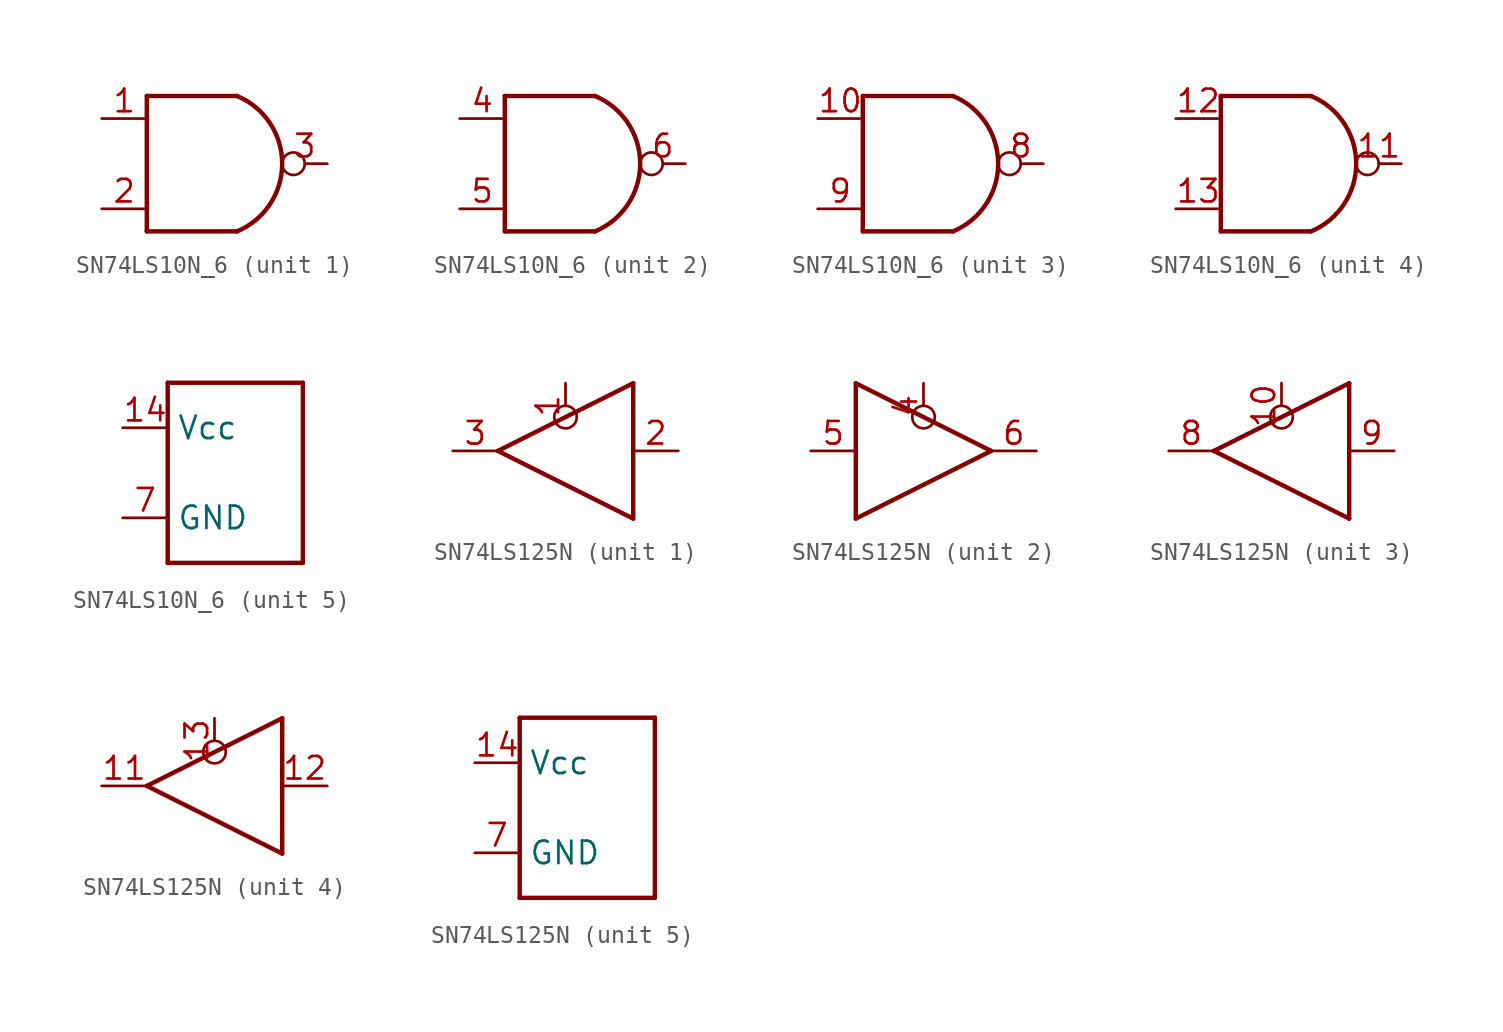
<source format=kicad_sym>
(kicad_symbol_lib
  (version 20220914)
  (generator kicad_symbol_editor)
  (symbol "SN74LS10N_6"
    (property "Reference" "U"
      (at 0 0 0)
      (effects (font (size 1.27 1.27)) hide))
    (property "ki_locked" ""
      (at 0 0 0)
      (effects (font (size 1.27 1.27))))
    (symbol "SN74LS10N_6_1_0"
      (polyline (pts (xy -3.81 -3.81) (xy 1.27 -3.81)) (stroke (width 0.25) (type solid)) (fill (type none)))
      (polyline (pts (xy -3.81 3.81) (xy -3.81 -3.81)) (stroke (width 0.25) (type solid)) (fill (type none)))
      (polyline (pts (xy -3.81 3.81) (xy 1.27 3.81)) (stroke (width 0.25) (type solid)) (fill (type none)))
      (arc (start 1.27 -3.81) (mid 3.81 0) (end 1.27 3.81) (stroke (width 0.25) (type solid)) (fill (type none)))
      (pin input line (at -6.35 2.54 0) (length 2.54) (name "1" (effects (font (size 0 0)))) (number "1" (effects (font (size 1.27 1.27)))))
      (pin input line (at -6.35 -2.54 0) (length 2.54) (name "2" (effects (font (size 0 0)))) (number "2" (effects (font (size 1.27 1.27)))))
      (pin output inverted (at 6.35 0 180) (length 2.54) (name "3" (effects (font (size 0 0)))) (number "3" (effects (font (size 1.27 1.27))))))
    (symbol "SN74LS10N_6_2_0"
      (polyline (pts (xy -3.81 -3.81) (xy 1.27 -3.81)) (stroke (width 0.25) (type solid)) (fill (type none)))
      (polyline (pts (xy -3.81 3.81) (xy -3.81 -3.81)) (stroke (width 0.25) (type solid)) (fill (type none)))
      (polyline (pts (xy -3.81 3.81) (xy 1.27 3.81)) (stroke (width 0.25) (type solid)) (fill (type none)))
      (arc (start 1.27 -3.81) (mid 3.81 0) (end 1.27 3.81) (stroke (width 0.25) (type solid)) (fill (type none)))
      (pin input line (at -6.35 2.54 0) (length 2.54) (name "4" (effects (font (size 0 0)))) (number "4" (effects (font (size 1.27 1.27)))))
      (pin input line (at -6.35 -2.54 0) (length 2.54) (name "5" (effects (font (size 0 0)))) (number "5" (effects (font (size 1.27 1.27)))))
      (pin output inverted (at 6.35 0 180) (length 2.54) (name "6" (effects (font (size 0 0)))) (number "6" (effects (font (size 1.27 1.27))))))
    (symbol "SN74LS10N_6_3_0"
      (polyline (pts (xy -3.81 -3.81) (xy 1.27 -3.81)) (stroke (width 0.25) (type solid)) (fill (type none)))
      (polyline (pts (xy -3.81 3.81) (xy -3.81 -3.81)) (stroke (width 0.25) (type solid)) (fill (type none)))
      (polyline (pts (xy -3.81 3.81) (xy 1.27 3.81)) (stroke (width 0.25) (type solid)) (fill (type none)))
      (arc (start 1.27 -3.81) (mid 3.81 0) (end 1.27 3.81) (stroke (width 0.25) (type solid)) (fill (type none)))
      (pin input line (at -6.35 2.54 0) (length 2.54) (name "10" (effects (font (size 0 0)))) (number "10" (effects (font (size 1.27 1.27)))))
      (pin output inverted (at 6.35 0 180) (length 2.54) (name "8" (effects (font (size 0 0)))) (number "8" (effects (font (size 1.27 1.27)))))
      (pin input line (at -6.35 -2.54 0) (length 2.54) (name "9" (effects (font (size 0 0)))) (number "9" (effects (font (size 1.27 1.27))))))
    (symbol "SN74LS10N_6_4_0"
      (polyline (pts (xy -3.81 -3.81) (xy -3.81 3.81)) (stroke (width 0.25) (type solid)) (fill (type none)))
      (polyline (pts (xy -3.81 -3.81) (xy 1.27 -3.81)) (stroke (width 0.25) (type solid)) (fill (type none)))
      (polyline (pts (xy -3.81 3.81) (xy 1.27 3.81)) (stroke (width 0.25) (type solid)) (fill (type none)))
      (arc (start 1.27 -3.81) (mid 3.81 0) (end 1.27 3.81) (stroke (width 0.25) (type solid)) (fill (type none)))
      (pin output inverted (at 6.35 0 180) (length 2.54) (name "11" (effects (font (size 0 0)))) (number "11" (effects (font (size 1.27 1.27)))))
      (pin input line (at -6.35 2.54 0) (length 2.54) (name "12" (effects (font (size 0 0)))) (number "12" (effects (font (size 1.27 1.27)))))
      (pin input line (at -6.35 -2.54 0) (length 2.54) (name "13" (effects (font (size 0 0)))) (number "13" (effects (font (size 1.27 1.27))))))
    (symbol "SN74LS10N_6_5_0"
      (polyline (pts (xy -3.81 -5.08) (xy -3.81 5.08)) (stroke (width 0.25) (type solid)) (fill (type none)))
      (polyline (pts (xy -3.81 5.08) (xy 3.81 5.08)) (stroke (width 0.25) (type solid)) (fill (type none)))
      (polyline (pts (xy 3.81 -5.08) (xy -3.81 -5.08)) (stroke (width 0.25) (type solid)) (fill (type none)))
      (polyline (pts (xy 3.81 5.08) (xy 3.81 -5.08)) (stroke (width 0.25) (type solid)) (fill (type none)))
      (pin power_in line (at -6.35 2.54 0) (length 2.54) (name "Vcc" (effects (font (size 1.27 1.27)))) (number "14" (effects (font (size 1.27 1.27)))))
      (pin power_in line (at -6.35 -2.54 0) (length 2.54) (name "GND" (effects (font (size 1.27 1.27)))) (number "7" (effects (font (size 1.27 1.27)))))))
  (symbol "SN74LS125N"
    (property "Reference" "U"
      (at 0 0 0)
      (effects (font (size 1.27 1.27)) hide))
    (property "ki_locked" ""
      (at 0 0 0)
      (effects (font (size 1.27 1.27))))
    (symbol "SN74LS125N_1_0"
      (polyline (pts (xy -3.81 0) (xy 3.81 3.81)) (stroke (width 0.25) (type solid)) (fill (type none)))
      (polyline (pts (xy 3.81 -3.81) (xy -3.81 0)) (stroke (width 0.25) (type solid)) (fill (type none)))
      (polyline (pts (xy 3.81 3.81) (xy 3.81 -3.81)) (stroke (width 0.25) (type solid)) (fill (type none)))
      (pin input inverted (at 0 3.81 270) (length 2.54) (name "~{E}" (effects (font (size 0 0)))) (number "1" (effects (font (size 1.27 1.27)))))
      (pin input line (at 6.35 0 180) (length 2.54) (name "D" (effects (font (size 0 0)))) (number "2" (effects (font (size 1.27 1.27)))))
      (pin output line (at -6.35 0 0) (length 2.54) (name "O" (effects (font (size 0 0)))) (number "3" (effects (font (size 1.27 1.27))))))
    (symbol "SN74LS125N_2_0"
      (polyline (pts (xy -3.81 -3.81) (xy 3.81 0)) (stroke (width 0.25) (type solid)) (fill (type none)))
      (polyline (pts (xy -3.81 3.81) (xy -3.81 -3.81)) (stroke (width 0.25) (type solid)) (fill (type none)))
      (polyline (pts (xy 3.81 0) (xy -3.81 3.81)) (stroke (width 0.25) (type solid)) (fill (type none)))
      (pin input inverted (at 0 3.81 270) (length 2.54) (name "~{E}" (effects (font (size 0 0)))) (number "4" (effects (font (size 1.27 1.27)))))
      (pin input line (at -6.35 0 0) (length 2.54) (name "D" (effects (font (size 0 0)))) (number "5" (effects (font (size 1.27 1.27)))))
      (pin output line (at 6.35 0 180) (length 2.54) (name "O" (effects (font (size 0 0)))) (number "6" (effects (font (size 1.27 1.27))))))
    (symbol "SN74LS125N_3_0"
      (polyline (pts (xy -3.81 0) (xy 3.81 3.81)) (stroke (width 0.25) (type solid)) (fill (type none)))
      (polyline (pts (xy 3.81 -3.81) (xy -3.81 0)) (stroke (width 0.25) (type solid)) (fill (type none)))
      (polyline (pts (xy 3.81 3.81) (xy 3.81 -3.81)) (stroke (width 0.25) (type solid)) (fill (type none)))
      (pin input inverted (at 0 3.81 270) (length 2.54) (name "~{E}" (effects (font (size 0 0)))) (number "10" (effects (font (size 1.27 1.27)))))
      (pin output line (at -6.35 0 0) (length 2.54) (name "O" (effects (font (size 0 0)))) (number "8" (effects (font (size 1.27 1.27)))))
      (pin input line (at 6.35 0 180) (length 2.54) (name "D" (effects (font (size 0 0)))) (number "9" (effects (font (size 1.27 1.27))))))
    (symbol "SN74LS125N_4_0"
      (polyline (pts (xy -3.81 0) (xy 3.81 3.81)) (stroke (width 0.25) (type solid)) (fill (type none)))
      (polyline (pts (xy 3.81 -3.81) (xy -3.81 0)) (stroke (width 0.25) (type solid)) (fill (type none)))
      (polyline (pts (xy 3.81 3.81) (xy 3.81 -3.81)) (stroke (width 0.25) (type solid)) (fill (type none)))
      (pin output line (at -6.35 0 0) (length 2.54) (name "O" (effects (font (size 0 0)))) (number "11" (effects (font (size 1.27 1.27)))))
      (pin input line (at 6.35 0 180) (length 2.54) (name "D" (effects (font (size 0 0)))) (number "12" (effects (font (size 1.27 1.27)))))
      (pin input inverted (at 0 3.81 270) (length 2.54) (name "~{E}" (effects (font (size 0 0)))) (number "13" (effects (font (size 1.27 1.27))))))
    (symbol "SN74LS125N_5_0"
      (polyline (pts (xy -3.81 -5.08) (xy -3.81 5.08)) (stroke (width 0.25) (type solid)) (fill (type none)))
      (polyline (pts (xy -3.81 5.08) (xy 3.81 5.08)) (stroke (width 0.25) (type solid)) (fill (type none)))
      (polyline (pts (xy 3.81 -5.08) (xy -3.81 -5.08)) (stroke (width 0.25) (type solid)) (fill (type none)))
      (polyline (pts (xy 3.81 5.08) (xy 3.81 -5.08)) (stroke (width 0.25) (type solid)) (fill (type none)))
      (pin power_in line (at -6.35 2.54 0) (length 2.54) (name "Vcc" (effects (font (size 1.27 1.27)))) (number "14" (effects (font (size 1.27 1.27)))))
      (pin power_in line (at -6.35 -2.54 0) (length 2.54) (name "GND" (effects (font (size 1.27 1.27)))) (number "7" (effects (font (size 1.27 1.27))))))))
</source>
